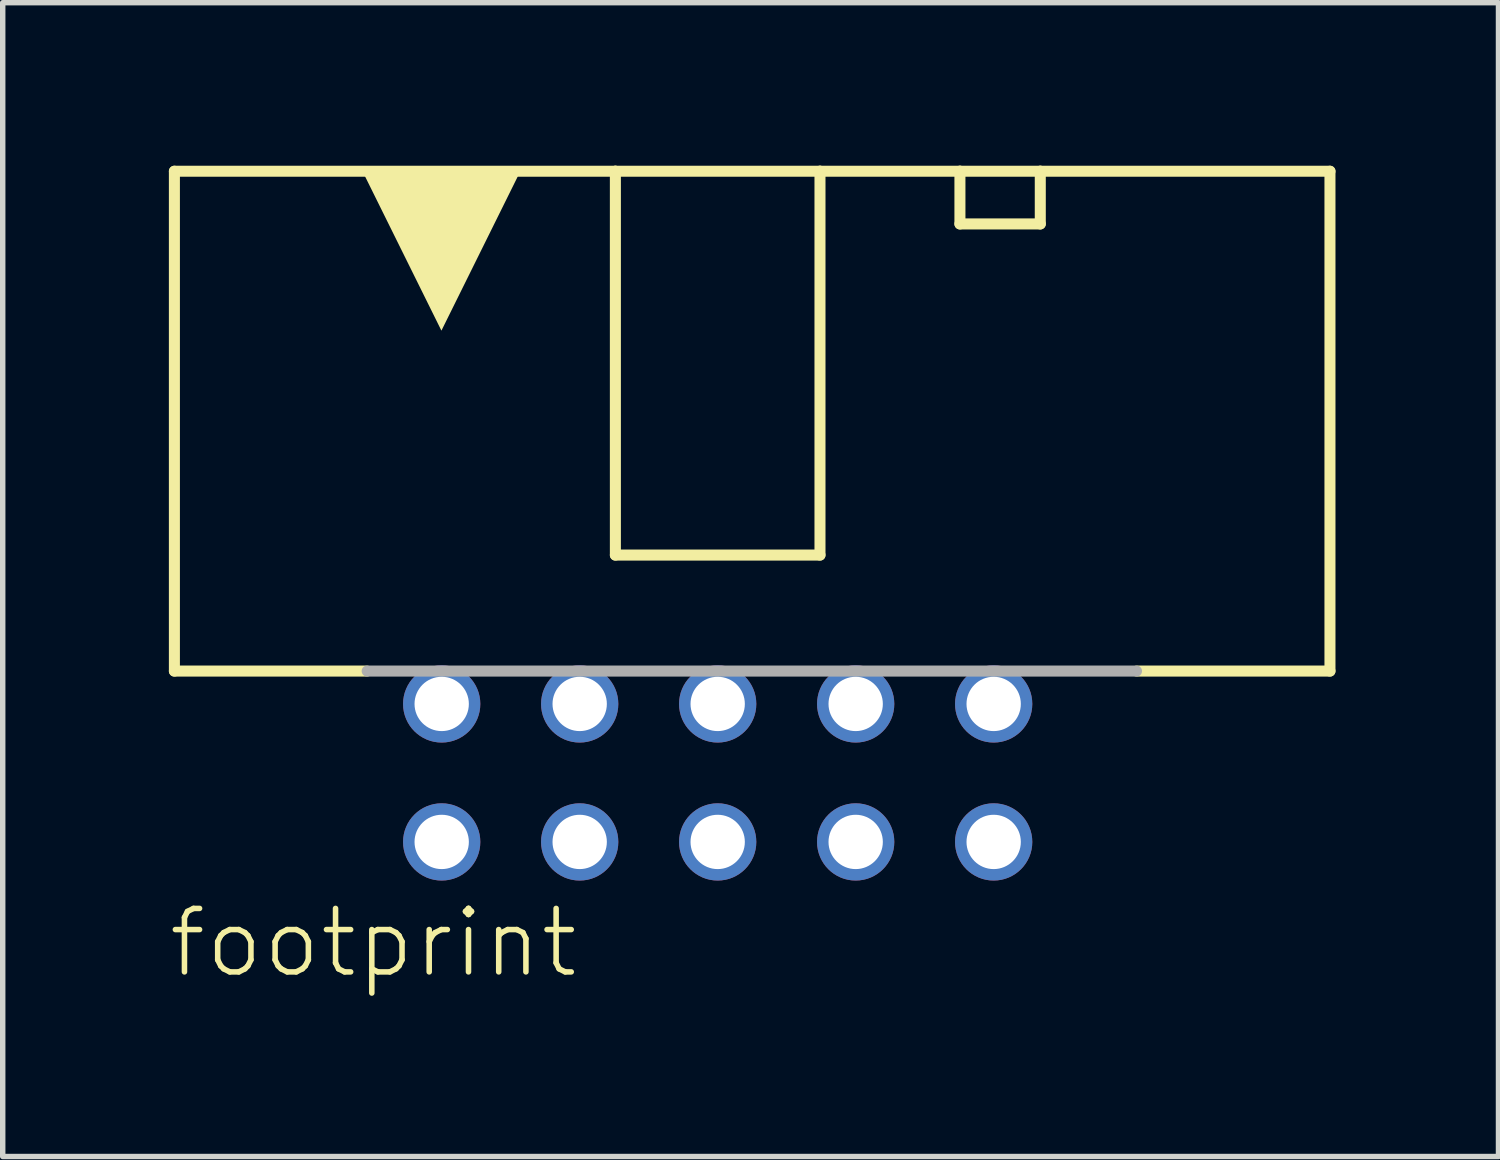
<source format=kicad_pcb>
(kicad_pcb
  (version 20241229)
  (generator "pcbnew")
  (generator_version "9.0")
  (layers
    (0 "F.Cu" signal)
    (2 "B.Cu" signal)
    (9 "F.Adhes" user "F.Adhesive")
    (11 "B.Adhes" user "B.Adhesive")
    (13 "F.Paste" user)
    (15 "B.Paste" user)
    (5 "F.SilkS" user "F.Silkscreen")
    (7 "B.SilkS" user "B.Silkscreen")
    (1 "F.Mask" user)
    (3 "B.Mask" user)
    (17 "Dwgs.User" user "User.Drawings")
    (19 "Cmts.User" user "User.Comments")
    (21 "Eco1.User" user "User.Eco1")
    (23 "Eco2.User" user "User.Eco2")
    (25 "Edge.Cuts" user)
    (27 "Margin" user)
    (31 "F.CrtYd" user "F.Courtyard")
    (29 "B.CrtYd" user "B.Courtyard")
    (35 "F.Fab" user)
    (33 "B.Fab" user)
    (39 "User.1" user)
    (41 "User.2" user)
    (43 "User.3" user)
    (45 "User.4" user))
  (footprint "footprint"
    (layer "F.Cu")
    (at 10.16 11.177)
    (property "Reference" "footprint" (at -10.16 3.81 0) (layer "F.SilkS") (effects (font (size 1.168 1.168) (thickness 0.102)) (justify left bottom)))
    (fp_line (start -10 -11.075) (end -10 -1.875) (stroke (width 0.203) (type solid)) (layer "F.SilkS"))
    (fp_line (start -6.456 -1.875) (end -10 -1.875) (stroke (width 0.203) (type solid)) (layer "F.SilkS"))
    (fp_line (start -1.883 -11.075) (end -10 -11.075) (stroke (width 0.203) (type solid)) (layer "F.SilkS"))
    (fp_line (start -1.883 -4.01) (end -1.883 -11.075) (stroke (width 0.203) (type solid)) (layer "F.SilkS"))
    (fp_line (start 1.883 -11.075) (end -1.883 -11.075) (stroke (width 0.203) (type solid)) (layer "F.SilkS"))
    (fp_line (start 1.883 -11.075) (end 1.883 -4.01) (stroke (width 0.203) (type solid)) (layer "F.SilkS"))
    (fp_line (start 1.883 -4.01) (end -1.883 -4.01) (stroke (width 0.203) (type solid)) (layer "F.SilkS"))
    (fp_line (start 4.459 -11.075) (end 1.883 -11.075) (stroke (width 0.203) (type solid)) (layer "F.SilkS"))
    (fp_line (start 4.459 -11.075) (end 5.938 -11.075) (stroke (width 0.203) (type solid)) (layer "F.SilkS"))
    (fp_line (start 4.459 -10.105) (end 4.459 -11.075) (stroke (width 0.203) (type solid)) (layer "F.SilkS"))
    (fp_line (start 5.938 -11.075) (end 5.938 -10.105) (stroke (width 0.203) (type solid)) (layer "F.SilkS"))
    (fp_line (start 5.938 -10.105) (end 4.459 -10.105) (stroke (width 0.203) (type solid)) (layer "F.SilkS"))
    (fp_line (start 11.27 -11.075) (end 5.938 -11.075) (stroke (width 0.203) (type solid)) (layer "F.SilkS"))
    (fp_line (start 11.27 -1.875) (end 7.713 -1.875) (stroke (width 0.203) (type solid)) (layer "F.SilkS"))
    (fp_line (start 11.27 -1.875) (end 11.27 -11.075) (stroke (width 0.203) (type solid)) (layer "F.SilkS"))
    (fp_poly (pts (xy -5.085 -8.141) (xy -6.524 -11.047) (xy -3.646 -11.047)) (stroke (width 0) (type solid)) (fill yes) (layer "F.SilkS"))
    (fp_line (start 7.709 -1.875) (end -6.452 -1.875) (stroke (width 0.203) (type solid)) (layer "F.Fab"))
    (pad "1" thru_hole circle (at -5.08 1.27) (size 1.422 1.422) (drill 1) (layers "*.Cu" "*.Mask"))
    (pad "2" thru_hole circle (at -5.08 -1.27) (size 1.422 1.422) (drill 1) (layers "*.Cu" "*.Mask"))
    (pad "3" thru_hole circle (at -2.54 1.27) (size 1.422 1.422) (drill 1) (layers "*.Cu" "*.Mask"))
    (pad "4" thru_hole circle (at -2.54 -1.27) (size 1.422 1.422) (drill 1) (layers "*.Cu" "*.Mask"))
    (pad "5" thru_hole circle (at 0 1.27) (size 1.422 1.422) (drill 1) (layers "*.Cu" "*.Mask"))
    (pad "6" thru_hole circle (at 0 -1.27) (size 1.422 1.422) (drill 1) (layers "*.Cu" "*.Mask"))
    (pad "7" thru_hole circle (at 2.54 1.27) (size 1.422 1.422) (drill 1) (layers "*.Cu" "*.Mask"))
    (pad "8" thru_hole circle (at 2.54 -1.27) (size 1.422 1.422) (drill 1) (layers "*.Cu" "*.Mask"))
    (pad "9" thru_hole circle (at 5.08 1.27) (size 1.422 1.422) (drill 1) (layers "*.Cu" "*.Mask"))
    (pad "10" thru_hole circle (at 5.08 -1.27) (size 1.422 1.422) (drill 1) (layers "*.Cu" "*.Mask")))
  (gr_rect
    (start -3 -3)
    (end 24.532 18.237)
    (stroke (width 0.1) (type default))
    (fill no)
    (layer "Edge.Cuts")))
</source>
